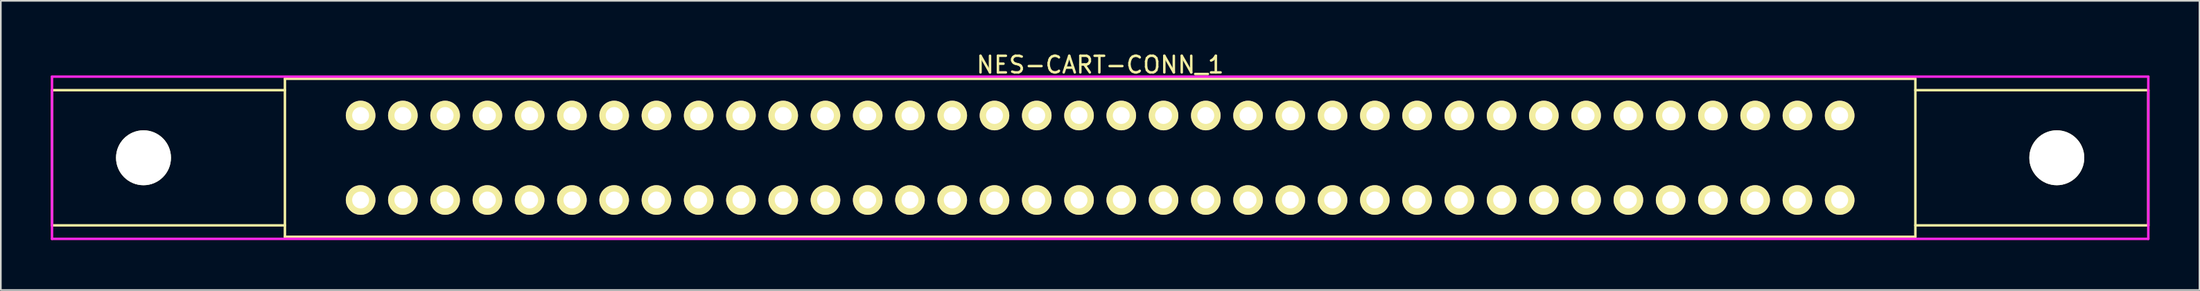
<source format=kicad_pcb>
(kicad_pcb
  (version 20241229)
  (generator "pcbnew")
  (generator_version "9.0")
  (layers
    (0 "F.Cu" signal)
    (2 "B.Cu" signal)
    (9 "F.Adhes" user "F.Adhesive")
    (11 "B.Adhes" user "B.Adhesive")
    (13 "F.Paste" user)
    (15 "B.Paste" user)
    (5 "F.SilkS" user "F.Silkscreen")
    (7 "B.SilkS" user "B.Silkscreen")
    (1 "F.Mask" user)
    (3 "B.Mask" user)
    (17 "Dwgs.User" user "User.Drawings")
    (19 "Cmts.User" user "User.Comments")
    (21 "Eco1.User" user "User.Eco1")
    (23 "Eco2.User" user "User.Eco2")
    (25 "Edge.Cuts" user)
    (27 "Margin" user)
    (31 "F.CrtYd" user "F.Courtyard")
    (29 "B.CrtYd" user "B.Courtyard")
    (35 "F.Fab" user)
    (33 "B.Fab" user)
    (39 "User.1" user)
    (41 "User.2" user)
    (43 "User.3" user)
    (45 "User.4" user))
  (footprint "NES-CART-CONN_1"
    (layer "F.Cu")
    (at 63.075 6.436)
    (property "Reference" "NES-CART-CONN_1" (at 0 -5.588 0) (layer "F.SilkS") (effects (font (size 1 1) (thickness 0.15))))
    (attr through_hole)
    (fp_line (start -63 -4.064) (end -49 -4.064) (stroke (width 0.15) (type solid)) (layer "F.SilkS"))
    (fp_line (start -63 4.064) (end -63 -4.064) (stroke (width 0.15) (type solid)) (layer "F.SilkS"))
    (fp_line (start -49 -4.75) (end -49 4.75) (stroke (width 0.15) (type solid)) (layer "F.SilkS"))
    (fp_line (start -49 4.064) (end -63 4.064) (stroke (width 0.15) (type solid)) (layer "F.SilkS"))
    (fp_line (start -49 4.75) (end 49 4.75) (stroke (width 0.15) (type solid)) (layer "F.SilkS"))
    (fp_line (start 49 -4.75) (end -49 -4.75) (stroke (width 0.15) (type solid)) (layer "F.SilkS"))
    (fp_line (start 49 -4.064) (end 63 -4.064) (stroke (width 0.15) (type solid)) (layer "F.SilkS"))
    (fp_line (start 49 4.75) (end 49 -4.75) (stroke (width 0.15) (type solid)) (layer "F.SilkS"))
    (fp_line (start 63 4.064) (end 49 4.064) (stroke (width 0.15) (type solid)) (layer "F.SilkS"))
    (fp_line (start 63 4.064) (end 63 -4.064) (stroke (width 0.15) (type solid)) (layer "F.SilkS"))
    (fp_line (start -63 -4.877) (end 63 -4.877) (stroke (width 0.15) (type solid)) (layer "F.CrtYd"))
    (fp_line (start -63 4.877) (end -63 -4.877) (stroke (width 0.15) (type solid)) (layer "F.CrtYd"))
    (fp_line (start 63 -4.877) (end 63 4.877) (stroke (width 0.15) (type solid)) (layer "F.CrtYd"))
    (fp_line (start 63 4.877) (end -63 4.877) (stroke (width 0.15) (type solid)) (layer "F.CrtYd"))
    (pad "" np_thru_hole circle (at -57.5 0) (size 3.302 3.302) (drill 3.302) (layers "*.Cu" "*.Mask" "F.SilkS"))
    (pad "" np_thru_hole circle (at 57.5 0) (size 3.302 3.302) (drill 3.302) (layers "*.Cu" "*.Mask" "F.SilkS"))
    (pad "1" thru_hole circle (at 44.45 2.54) (size 1.778 1.778) (drill 1.016) (layers "*.Cu" "*.Mask" "F.SilkS"))
    (pad "2" thru_hole circle (at 41.91 2.54) (size 1.778 1.778) (drill 1.016) (layers "*.Cu" "*.Mask" "F.SilkS"))
    (pad "3" thru_hole circle (at 39.37 2.54) (size 1.778 1.778) (drill 1.016) (layers "*.Cu" "*.Mask" "F.SilkS"))
    (pad "4" thru_hole circle (at 36.83 2.54) (size 1.778 1.778) (drill 1.016) (layers "*.Cu" "*.Mask" "F.SilkS"))
    (pad "5" thru_hole circle (at 34.29 2.54) (size 1.778 1.778) (drill 1.016) (layers "*.Cu" "*.Mask" "F.SilkS"))
    (pad "6" thru_hole circle (at 31.75 2.54) (size 1.778 1.778) (drill 1.016) (layers "*.Cu" "*.Mask" "F.SilkS"))
    (pad "7" thru_hole circle (at 29.21 2.54) (size 1.778 1.778) (drill 1.016) (layers "*.Cu" "*.Mask" "F.SilkS"))
    (pad "8" thru_hole circle (at 26.67 2.54) (size 1.778 1.778) (drill 1.016) (layers "*.Cu" "*.Mask" "F.SilkS"))
    (pad "9" thru_hole circle (at 24.13 2.54) (size 1.778 1.778) (drill 1.016) (layers "*.Cu" "*.Mask" "F.SilkS"))
    (pad "10" thru_hole circle (at 21.59 2.54) (size 1.778 1.778) (drill 1.016) (layers "*.Cu" "*.Mask" "F.SilkS"))
    (pad "11" thru_hole circle (at 19.05 2.54) (size 1.778 1.778) (drill 1.016) (layers "*.Cu" "*.Mask" "F.SilkS"))
    (pad "12" thru_hole circle (at 16.51 2.54) (size 1.778 1.778) (drill 1.016) (layers "*.Cu" "*.Mask" "F.SilkS"))
    (pad "13" thru_hole circle (at 13.97 2.54) (size 1.778 1.778) (drill 1.016) (layers "*.Cu" "*.Mask" "F.SilkS"))
    (pad "14" thru_hole circle (at 11.43 2.54) (size 1.778 1.778) (drill 1.016) (layers "*.Cu" "*.Mask" "F.SilkS"))
    (pad "15" thru_hole circle (at 8.89 2.54) (size 1.778 1.778) (drill 1.016) (layers "*.Cu" "*.Mask" "F.SilkS"))
    (pad "16" thru_hole circle (at 6.35 2.54) (size 1.778 1.778) (drill 1.016) (layers "*.Cu" "*.Mask" "F.SilkS"))
    (pad "17" thru_hole circle (at 3.81 2.54) (size 1.778 1.778) (drill 1.016) (layers "*.Cu" "*.Mask" "F.SilkS"))
    (pad "18" thru_hole circle (at 1.27 2.54) (size 1.778 1.778) (drill 1.016) (layers "*.Cu" "*.Mask" "F.SilkS"))
    (pad "19" thru_hole circle (at -1.27 2.54) (size 1.778 1.778) (drill 1.016) (layers "*.Cu" "*.Mask" "F.SilkS"))
    (pad "20" thru_hole circle (at -3.81 2.54) (size 1.778 1.778) (drill 1.016) (layers "*.Cu" "*.Mask" "F.SilkS"))
    (pad "21" thru_hole circle (at -6.35 2.54) (size 1.778 1.778) (drill 1.016) (layers "*.Cu" "*.Mask" "F.SilkS"))
    (pad "22" thru_hole circle (at -8.89 2.54) (size 1.778 1.778) (drill 1.016) (layers "*.Cu" "*.Mask" "F.SilkS"))
    (pad "23" thru_hole circle (at -11.43 2.54) (size 1.778 1.778) (drill 1.016) (layers "*.Cu" "*.Mask" "F.SilkS"))
    (pad "24" thru_hole circle (at -13.97 2.54) (size 1.778 1.778) (drill 1.016) (layers "*.Cu" "*.Mask" "F.SilkS"))
    (pad "25" thru_hole circle (at -16.51 2.54) (size 1.778 1.778) (drill 1.016) (layers "*.Cu" "*.Mask" "F.SilkS"))
    (pad "26" thru_hole circle (at -19.05 2.54) (size 1.778 1.778) (drill 1.016) (layers "*.Cu" "*.Mask" "F.SilkS"))
    (pad "27" thru_hole circle (at -21.59 2.54) (size 1.778 1.778) (drill 1.016) (layers "*.Cu" "*.Mask" "F.SilkS"))
    (pad "28" thru_hole circle (at -24.13 2.54) (size 1.778 1.778) (drill 1.016) (layers "*.Cu" "*.Mask" "F.SilkS"))
    (pad "29" thru_hole circle (at -26.67 2.54) (size 1.778 1.778) (drill 1.016) (layers "*.Cu" "*.Mask" "F.SilkS"))
    (pad "30" thru_hole circle (at -29.21 2.54) (size 1.778 1.778) (drill 1.016) (layers "*.Cu" "*.Mask" "F.SilkS"))
    (pad "31" thru_hole circle (at -31.75 2.54) (size 1.778 1.778) (drill 1.016) (layers "*.Cu" "*.Mask" "F.SilkS"))
    (pad "32" thru_hole circle (at -34.29 2.54) (size 1.778 1.778) (drill 1.016) (layers "*.Cu" "*.Mask" "F.SilkS"))
    (pad "33" thru_hole circle (at -36.83 2.54) (size 1.778 1.778) (drill 1.016) (layers "*.Cu" "*.Mask" "F.SilkS"))
    (pad "34" thru_hole circle (at -39.37 2.54) (size 1.778 1.778) (drill 1.016) (layers "*.Cu" "*.Mask" "F.SilkS"))
    (pad "35" thru_hole circle (at -41.91 2.54) (size 1.778 1.778) (drill 1.016) (layers "*.Cu" "*.Mask" "F.SilkS"))
    (pad "36" thru_hole circle (at -44.45 2.54) (size 1.778 1.778) (drill 1.016) (layers "*.Cu" "*.Mask" "F.SilkS"))
    (pad "37" thru_hole circle (at 44.45 -2.54) (size 1.778 1.778) (drill 1.016) (layers "*.Cu" "*.Mask" "F.SilkS"))
    (pad "38" thru_hole circle (at 41.91 -2.54) (size 1.778 1.778) (drill 1.016) (layers "*.Cu" "*.Mask" "F.SilkS"))
    (pad "39" thru_hole circle (at 39.37 -2.54) (size 1.778 1.778) (drill 1.016) (layers "*.Cu" "*.Mask" "F.SilkS"))
    (pad "40" thru_hole circle (at 36.83 -2.54) (size 1.778 1.778) (drill 1.016) (layers "*.Cu" "*.Mask" "F.SilkS"))
    (pad "41" thru_hole circle (at 34.29 -2.54) (size 1.778 1.778) (drill 1.016) (layers "*.Cu" "*.Mask" "F.SilkS"))
    (pad "42" thru_hole circle (at 31.75 -2.54) (size 1.778 1.778) (drill 1.016) (layers "*.Cu" "*.Mask" "F.SilkS"))
    (pad "43" thru_hole circle (at 29.21 -2.54) (size 1.778 1.778) (drill 1.016) (layers "*.Cu" "*.Mask" "F.SilkS"))
    (pad "44" thru_hole circle (at 26.67 -2.54) (size 1.778 1.778) (drill 1.016) (layers "*.Cu" "*.Mask" "F.SilkS"))
    (pad "45" thru_hole circle (at 24.13 -2.54) (size 1.778 1.778) (drill 1.016) (layers "*.Cu" "*.Mask" "F.SilkS"))
    (pad "46" thru_hole circle (at 21.59 -2.54) (size 1.778 1.778) (drill 1.016) (layers "*.Cu" "*.Mask" "F.SilkS"))
    (pad "47" thru_hole circle (at 19.05 -2.54) (size 1.778 1.778) (drill 1.016) (layers "*.Cu" "*.Mask" "F.SilkS"))
    (pad "48" thru_hole circle (at 16.51 -2.54) (size 1.778 1.778) (drill 1.016) (layers "*.Cu" "*.Mask" "F.SilkS"))
    (pad "49" thru_hole circle (at 13.97 -2.54) (size 1.778 1.778) (drill 1.016) (layers "*.Cu" "*.Mask" "F.SilkS"))
    (pad "50" thru_hole circle (at 11.43 -2.54) (size 1.778 1.778) (drill 1.016) (layers "*.Cu" "*.Mask" "F.SilkS"))
    (pad "51" thru_hole circle (at 8.89 -2.54) (size 1.778 1.778) (drill 1.016) (layers "*.Cu" "*.Mask" "F.SilkS"))
    (pad "52" thru_hole circle (at 6.35 -2.54) (size 1.778 1.778) (drill 1.016) (layers "*.Cu" "*.Mask" "F.SilkS"))
    (pad "53" thru_hole circle (at 3.81 -2.54) (size 1.778 1.778) (drill 1.016) (layers "*.Cu" "*.Mask" "F.SilkS"))
    (pad "54" thru_hole circle (at 1.27 -2.54) (size 1.778 1.778) (drill 1.016) (layers "*.Cu" "*.Mask" "F.SilkS"))
    (pad "55" thru_hole circle (at -1.27 -2.54) (size 1.778 1.778) (drill 1.016) (layers "*.Cu" "*.Mask" "F.SilkS"))
    (pad "56" thru_hole circle (at -3.81 -2.54) (size 1.778 1.778) (drill 1.016) (layers "*.Cu" "*.Mask" "F.SilkS"))
    (pad "57" thru_hole circle (at -6.35 -2.54) (size 1.778 1.778) (drill 1.016) (layers "*.Cu" "*.Mask" "F.SilkS"))
    (pad "58" thru_hole circle (at -8.89 -2.54) (size 1.778 1.778) (drill 1.016) (layers "*.Cu" "*.Mask" "F.SilkS"))
    (pad "59" thru_hole circle (at -11.43 -2.54) (size 1.778 1.778) (drill 1.016) (layers "*.Cu" "*.Mask" "F.SilkS"))
    (pad "60" thru_hole circle (at -13.97 -2.54) (size 1.778 1.778) (drill 1.016) (layers "*.Cu" "*.Mask" "F.SilkS"))
    (pad "61" thru_hole circle (at -16.51 -2.54) (size 1.778 1.778) (drill 1.016) (layers "*.Cu" "*.Mask" "F.SilkS"))
    (pad "62" thru_hole circle (at -19.05 -2.54) (size 1.778 1.778) (drill 1.016) (layers "*.Cu" "*.Mask" "F.SilkS"))
    (pad "63" thru_hole circle (at -21.59 -2.54) (size 1.778 1.778) (drill 1.016) (layers "*.Cu" "*.Mask" "F.SilkS"))
    (pad "64" thru_hole circle (at -24.13 -2.54) (size 1.778 1.778) (drill 1.016) (layers "*.Cu" "*.Mask" "F.SilkS"))
    (pad "65" thru_hole circle (at -26.67 -2.54) (size 1.778 1.778) (drill 1.016) (layers "*.Cu" "*.Mask" "F.SilkS"))
    (pad "66" thru_hole circle (at -29.21 -2.54) (size 1.778 1.778) (drill 1.016) (layers "*.Cu" "*.Mask" "F.SilkS"))
    (pad "67" thru_hole circle (at -31.75 -2.54) (size 1.778 1.778) (drill 1.016) (layers "*.Cu" "*.Mask" "F.SilkS"))
    (pad "68" thru_hole circle (at -34.29 -2.54) (size 1.778 1.778) (drill 1.016) (layers "*.Cu" "*.Mask" "F.SilkS"))
    (pad "69" thru_hole circle (at -36.83 -2.54) (size 1.778 1.778) (drill 1.016) (layers "*.Cu" "*.Mask" "F.SilkS"))
    (pad "70" thru_hole circle (at -39.37 -2.54) (size 1.778 1.778) (drill 1.016) (layers "*.Cu" "*.Mask" "F.SilkS"))
    (pad "71" thru_hole circle (at -41.91 -2.54) (size 1.778 1.778) (drill 1.016) (layers "*.Cu" "*.Mask" "F.SilkS"))
    (pad "72" thru_hole circle (at -44.45 -2.54) (size 1.778 1.778) (drill 1.016) (layers "*.Cu" "*.Mask" "F.SilkS")))
  (gr_rect
    (start -3 -3)
    (end 129.15 14.388)
    (stroke (width 0.1) (type default))
    (fill no)
    (layer "Edge.Cuts")))
</source>
